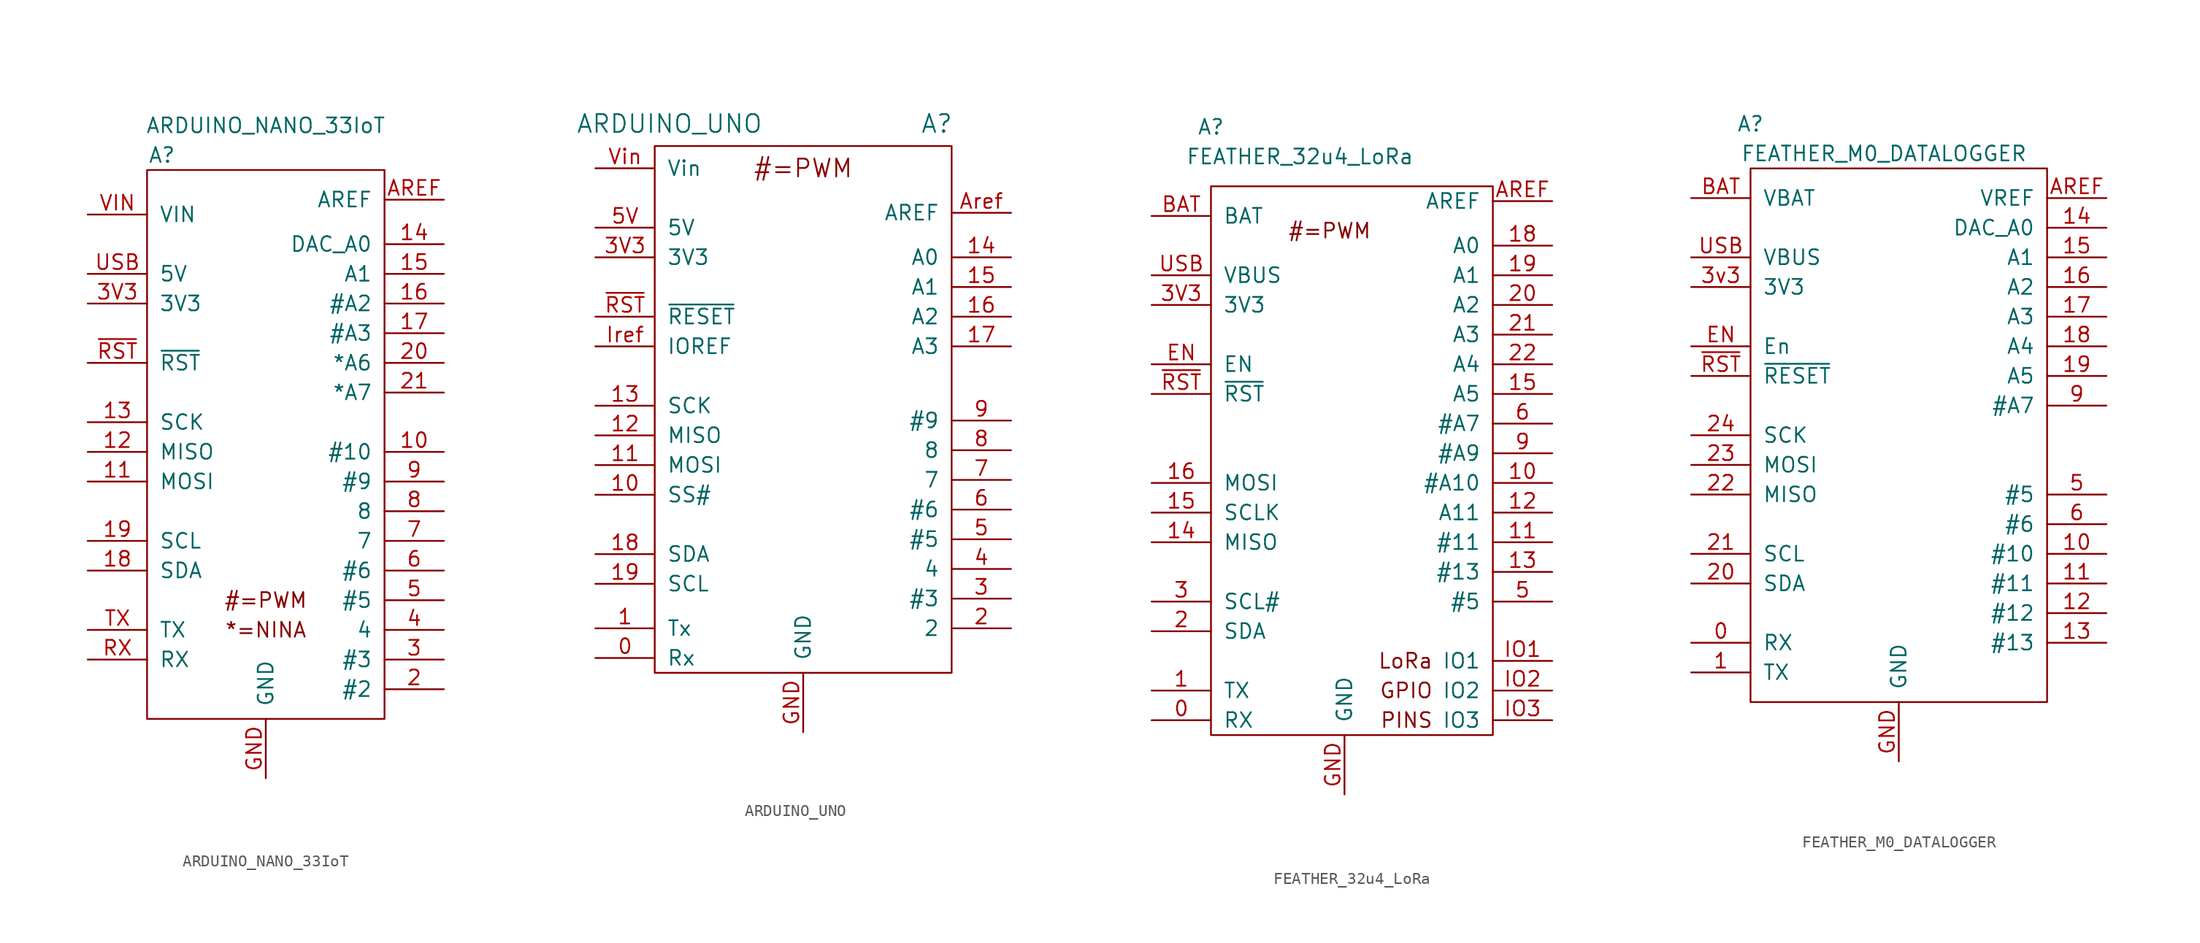
<source format=kicad_sym>
(kicad_symbol_lib
  (version 20211014)
  (generator kicad_symbol_editor)
  (symbol "ARDUINO_NANO_33IoT"
    (pin_names
      (offset 1.016))
    (property "Reference" "A"
      (at -8.89 22.86 0)
      (effects (font (size 1.27 1.27))))
    (property "Value" "ARDUINO_NANO_33IoT"
      (at 0 25.4 0)
      (effects (font (size 1.27 1.27))))
    (symbol "ARDUINO_NANO_33IoT_0_0"
      (rectangle (start -10.16 21.59) (end 10.16 -25.4) (stroke (width 0) (type default) (color 0 0 0 0)) (fill (type none)))
      (text "#=PWM" (at 0 -15.24 0) (effects (font (size 1.27 1.27))))
      (text "*=NINA" (at 0 -17.78 0) (effects (font (size 1.27 1.27)))))
    (symbol "ARDUINO_NANO_33IoT_1_1"
      (pin bidirectional line (at 15.24 -2.54 180) (length 5.08) (name "#10" (effects (font (size 1.27 1.27)))) (number "10" (effects (font (size 1.27 1.27)))))
      (pin bidirectional line (at -15.24 -5.08 0) (length 5.08) (name "MOSI" (effects (font (size 1.27 1.27)))) (number "11" (effects (font (size 1.27 1.27)))))
      (pin bidirectional line (at -15.24 -2.54 0) (length 5.08) (name "MISO" (effects (font (size 1.27 1.27)))) (number "12" (effects (font (size 1.27 1.27)))))
      (pin bidirectional line (at -15.24 0 0) (length 5.08) (name "SCK" (effects (font (size 1.27 1.27)))) (number "13" (effects (font (size 1.27 1.27)))))
      (pin bidirectional line (at 15.24 15.24 180) (length 5.08) (name "DAC_A0" (effects (font (size 1.27 1.27)))) (number "14" (effects (font (size 1.27 1.27)))))
      (pin bidirectional line (at 15.24 12.7 180) (length 5.08) (name "A1" (effects (font (size 1.27 1.27)))) (number "15" (effects (font (size 1.27 1.27)))))
      (pin bidirectional line (at 15.24 10.16 180) (length 5.08) (name "#A2" (effects (font (size 1.27 1.27)))) (number "16" (effects (font (size 1.27 1.27)))))
      (pin bidirectional line (at 15.24 7.62 180) (length 5.08) (name "#A3" (effects (font (size 1.27 1.27)))) (number "17" (effects (font (size 1.27 1.27)))))
      (pin bidirectional line (at -15.24 -12.7 0) (length 5.08) (name "SDA" (effects (font (size 1.27 1.27)))) (number "18" (effects (font (size 1.27 1.27)))))
      (pin bidirectional line (at -15.24 -10.16 0) (length 5.08) (name "SCL" (effects (font (size 1.27 1.27)))) (number "19" (effects (font (size 1.27 1.27)))))
      (pin bidirectional line (at 15.24 -22.86 180) (length 5.08) (name "#2" (effects (font (size 1.27 1.27)))) (number "2" (effects (font (size 1.27 1.27)))))
      (pin bidirectional line (at 15.24 5.08 180) (length 5.08) (name "*A6" (effects (font (size 1.27 1.27)))) (number "20" (effects (font (size 1.27 1.27)))))
      (pin bidirectional line (at 15.24 2.54 180) (length 5.08) (name "*A7" (effects (font (size 1.27 1.27)))) (number "21" (effects (font (size 1.27 1.27)))))
      (pin bidirectional line (at 15.24 -20.32 180) (length 5.08) (name "#3" (effects (font (size 1.27 1.27)))) (number "3" (effects (font (size 1.27 1.27)))))
      (pin power_out line (at -15.24 10.16 0) (length 5.08) (name "3V3" (effects (font (size 1.27 1.27)))) (number "3V3" (effects (font (size 1.27 1.27)))))
      (pin bidirectional line (at 15.24 -17.78 180) (length 5.08) (name "4" (effects (font (size 1.27 1.27)))) (number "4" (effects (font (size 1.27 1.27)))))
      (pin bidirectional line (at 15.24 -15.24 180) (length 5.08) (name "#5" (effects (font (size 1.27 1.27)))) (number "5" (effects (font (size 1.27 1.27)))))
      (pin bidirectional line (at 15.24 -12.7 180) (length 5.08) (name "#6" (effects (font (size 1.27 1.27)))) (number "6" (effects (font (size 1.27 1.27)))))
      (pin bidirectional line (at 15.24 -10.16 180) (length 5.08) (name "7" (effects (font (size 1.27 1.27)))) (number "7" (effects (font (size 1.27 1.27)))))
      (pin bidirectional line (at 15.24 -7.62 180) (length 5.08) (name "8" (effects (font (size 1.27 1.27)))) (number "8" (effects (font (size 1.27 1.27)))))
      (pin bidirectional line (at 15.24 -5.08 180) (length 5.08) (name "#9" (effects (font (size 1.27 1.27)))) (number "9" (effects (font (size 1.27 1.27)))))
      (pin input line (at 15.24 19.05 180) (length 5.08) (name "AREF" (effects (font (size 1.27 1.27)))) (number "AREF" (effects (font (size 1.27 1.27)))))
      (pin input line (at 0 -30.48 90) (length 5.08) (name "GND" (effects (font (size 1.27 1.27)))) (number "GND" (effects (font (size 1.27 1.27)))))
      (pin input line (at -15.24 -20.32 0) (length 5.08) (name "RX" (effects (font (size 1.27 1.27)))) (number "RX" (effects (font (size 1.27 1.27)))))
      (pin output line (at -15.24 -17.78 0) (length 5.08) (name "TX" (effects (font (size 1.27 1.27)))) (number "TX" (effects (font (size 1.27 1.27)))))
      (pin power_out line (at -15.24 12.7 0) (length 5.08) (name "5V" (effects (font (size 1.27 1.27)))) (number "USB" (effects (font (size 1.27 1.27)))))
      (pin power_in line (at -15.24 17.78 0) (length 5.08) (name "VIN" (effects (font (size 1.27 1.27)))) (number "VIN" (effects (font (size 1.27 1.27)))))
      (pin input line (at -15.24 5.08 0) (length 5.08) (name "~{RST}" (effects (font (size 1.27 1.27)))) (number "~{RST}" (effects (font (size 1.27 1.27)))))))
  (symbol "ARDUINO_UNO"
    (pin_names
      (offset 1.016))
    (property "Reference" "A"
      (at 10.16 21.59 0)
      (effects (font (size 1.524 1.524))))
    (property "Value" "ARDUINO_UNO"
      (at -12.7 21.59 0)
      (effects (font (size 1.524 1.524))))
    (property "Footprint" ""
      (at -8.255 9.525 0)
      (effects (font (size 1.524 1.524))))
    (property "Datasheet" ""
      (at -8.255 9.525 0)
      (effects (font (size 1.524 1.524))))
    (symbol "ARDUINO_UNO_0_0"
      (text "#=PWM" (at -1.27 17.78 0) (effects (font (size 1.524 1.524)))))
    (symbol "ARDUINO_UNO_1_0"
      (rectangle (start -13.97 -25.4) (end 11.43 19.685) (stroke (width 0) (type default) (color 0 0 0 0)) (fill (type none))))
    (symbol "ARDUINO_UNO_1_1"
      (pin bidirectional line (at -19.05 -24.13 0) (length 5.08) (name "Rx" (effects (font (size 1.27 1.27)))) (number "0" (effects (font (size 1.27 1.27)))))
      (pin bidirectional line (at -19.05 -21.59 0) (length 5.08) (name "Tx" (effects (font (size 1.27 1.27)))) (number "1" (effects (font (size 1.27 1.27)))))
      (pin bidirectional line (at -19.05 -10.16 0) (length 5.08) (name "SS#" (effects (font (size 1.27 1.27)))) (number "10" (effects (font (size 1.27 1.27)))))
      (pin bidirectional line (at -19.05 -7.62 0) (length 5.08) (name "MOSI" (effects (font (size 1.27 1.27)))) (number "11" (effects (font (size 1.27 1.27)))))
      (pin bidirectional line (at -19.05 -5.08 0) (length 5.08) (name "MISO" (effects (font (size 1.27 1.27)))) (number "12" (effects (font (size 1.27 1.27)))))
      (pin bidirectional line (at -19.05 -2.54 0) (length 5.08) (name "SCK" (effects (font (size 1.27 1.27)))) (number "13" (effects (font (size 1.27 1.27)))))
      (pin bidirectional line (at 16.51 10.16 180) (length 5.08) (name "A0" (effects (font (size 1.27 1.27)))) (number "14" (effects (font (size 1.27 1.27)))))
      (pin bidirectional line (at 16.51 7.62 180) (length 5.08) (name "A1" (effects (font (size 1.27 1.27)))) (number "15" (effects (font (size 1.27 1.27)))))
      (pin bidirectional line (at 16.51 5.08 180) (length 5.08) (name "A2" (effects (font (size 1.27 1.27)))) (number "16" (effects (font (size 1.27 1.27)))))
      (pin bidirectional line (at 16.51 2.54 180) (length 5.08) (name "A3" (effects (font (size 1.27 1.27)))) (number "17" (effects (font (size 1.27 1.27)))))
      (pin bidirectional line (at -19.05 -15.24 0) (length 5.08) (name "SDA" (effects (font (size 1.27 1.27)))) (number "18" (effects (font (size 1.27 1.27)))))
      (pin bidirectional line (at -19.05 -17.78 0) (length 5.08) (name "SCL" (effects (font (size 1.27 1.27)))) (number "19" (effects (font (size 1.27 1.27)))))
      (pin bidirectional line (at 16.51 -21.59 180) (length 5.08) (name "2" (effects (font (size 1.27 1.27)))) (number "2" (effects (font (size 1.27 1.27)))))
      (pin bidirectional line (at 16.51 -19.05 180) (length 5.08) (name "#3" (effects (font (size 1.27 1.27)))) (number "3" (effects (font (size 1.27 1.27)))))
      (pin power_out line (at -19.05 10.16 0) (length 5.08) (name "3V3" (effects (font (size 1.27 1.27)))) (number "3V3" (effects (font (size 1.27 1.27)))))
      (pin bidirectional line (at 16.51 -16.51 180) (length 5.08) (name "4" (effects (font (size 1.27 1.27)))) (number "4" (effects (font (size 1.27 1.27)))))
      (pin bidirectional line (at 16.51 -13.97 180) (length 5.08) (name "#5" (effects (font (size 1.27 1.27)))) (number "5" (effects (font (size 1.27 1.27)))))
      (pin power_out line (at -19.05 12.7 0) (length 5.08) (name "5V" (effects (font (size 1.27 1.27)))) (number "5V" (effects (font (size 1.27 1.27)))))
      (pin bidirectional line (at 16.51 -11.43 180) (length 5.08) (name "#6" (effects (font (size 1.27 1.27)))) (number "6" (effects (font (size 1.27 1.27)))))
      (pin bidirectional line (at 16.51 -8.89 180) (length 5.08) (name "7" (effects (font (size 1.27 1.27)))) (number "7" (effects (font (size 1.27 1.27)))))
      (pin bidirectional line (at 16.51 -6.35 180) (length 5.08) (name "8" (effects (font (size 1.27 1.27)))) (number "8" (effects (font (size 1.27 1.27)))))
      (pin bidirectional line (at 16.51 -3.81 180) (length 5.08) (name "#9" (effects (font (size 1.27 1.27)))) (number "9" (effects (font (size 1.27 1.27)))))
      (pin input line (at 16.51 13.97 180) (length 5.08) (name "AREF" (effects (font (size 1.27 1.27)))) (number "Aref" (effects (font (size 1.27 1.27)))))
      (pin power_in line (at -1.27 -30.48 90) (length 5.08) (name "GND" (effects (font (size 1.27 1.27)))) (number "GND" (effects (font (size 1.27 1.27)))))
      (pin input line (at -19.05 2.54 0) (length 5.08) (name "IOREF" (effects (font (size 1.27 1.27)))) (number "Iref" (effects (font (size 1.27 1.27)))))
      (pin power_in line (at -19.05 17.78 0) (length 5.08) (name "Vin" (effects (font (size 1.27 1.27)))) (number "Vin" (effects (font (size 1.27 1.27)))))
      (pin passive line (at -19.05 5.08 0) (length 5.08) (name "~{RESET}" (effects (font (size 1.27 1.27)))) (number "~{RST}" (effects (font (size 1.27 1.27)))))))
  (symbol "FEATHER_32u4_LoRa"
    (pin_names
      (offset 1.016))
    (property "Reference" "A"
      (at -12.7 26.67 0)
      (effects (font (size 1.27 1.27))))
    (property "Value" "FEATHER_32u4_LoRa"
      (at -5.08 24.13 0)
      (effects (font (size 1.27 1.27))))
    (symbol "FEATHER_32u4_LoRa_0_0"
      (rectangle (start -12.7 21.59) (end 11.43 -25.4) (stroke (width 0) (type default) (color 0 0 0 0)) (fill (type none)))
      (text "#=PWM" (at -2.54 17.78 0) (effects (font (size 1.27 1.27))))
      (text "GPIO" (at 6.35 -21.59 0) (effects (font (size 1.27 1.27)) (justify right)))
      (text "LoRa" (at 6.35 -19.05 0) (effects (font (size 1.27 1.27)) (justify right)))
      (text "PINS" (at 6.35 -24.13 0) (effects (font (size 1.27 1.27)) (justify right))))
    (symbol "FEATHER_32u4_LoRa_1_1"
      (pin input line (at -17.78 -24.13 0) (length 5.08) (name "RX" (effects (font (size 1.27 1.27)))) (number "0" (effects (font (size 1.27 1.27)))))
      (pin output line (at -17.78 -21.59 0) (length 5.08) (name "TX" (effects (font (size 1.27 1.27)))) (number "1" (effects (font (size 1.27 1.27)))))
      (pin bidirectional line (at 16.51 -3.81 180) (length 5.08) (name "#A10" (effects (font (size 1.27 1.27)))) (number "10" (effects (font (size 1.27 1.27)))))
      (pin bidirectional line (at 16.51 -8.89 180) (length 5.08) (name "#11" (effects (font (size 1.27 1.27)))) (number "11" (effects (font (size 1.27 1.27)))))
      (pin bidirectional line (at 16.51 -6.35 180) (length 5.08) (name "A11" (effects (font (size 1.27 1.27)))) (number "12" (effects (font (size 1.27 1.27)))))
      (pin bidirectional line (at 16.51 -11.43 180) (length 5.08) (name "#13" (effects (font (size 1.27 1.27)))) (number "13" (effects (font (size 1.27 1.27)))))
      (pin bidirectional line (at -17.78 -8.89 0) (length 5.08) (name "MISO" (effects (font (size 1.27 1.27)))) (number "14" (effects (font (size 1.27 1.27)))))
      (pin bidirectional line (at 16.51 3.81 180) (length 5.08) (name "A5" (effects (font (size 1.27 1.27)))) (number "15" (effects (font (size 1.27 1.27)))))
      (pin bidirectional line (at -17.78 -6.35 0) (length 5.08) (name "SCLK" (effects (font (size 1.27 1.27)))) (number "15" (effects (font (size 1.27 1.27)))))
      (pin bidirectional line (at -17.78 -3.81 0) (length 5.08) (name "MOSI" (effects (font (size 1.27 1.27)))) (number "16" (effects (font (size 1.27 1.27)))))
      (pin bidirectional line (at 16.51 16.51 180) (length 5.08) (name "A0" (effects (font (size 1.27 1.27)))) (number "18" (effects (font (size 1.27 1.27)))))
      (pin bidirectional line (at 16.51 13.97 180) (length 5.08) (name "A1" (effects (font (size 1.27 1.27)))) (number "19" (effects (font (size 1.27 1.27)))))
      (pin bidirectional line (at -17.78 -16.51 0) (length 5.08) (name "SDA" (effects (font (size 1.27 1.27)))) (number "2" (effects (font (size 1.27 1.27)))))
      (pin bidirectional line (at 16.51 11.43 180) (length 5.08) (name "A2" (effects (font (size 1.27 1.27)))) (number "20" (effects (font (size 1.27 1.27)))))
      (pin bidirectional line (at 16.51 8.89 180) (length 5.08) (name "A3" (effects (font (size 1.27 1.27)))) (number "21" (effects (font (size 1.27 1.27)))))
      (pin bidirectional line (at 16.51 6.35 180) (length 5.08) (name "A4" (effects (font (size 1.27 1.27)))) (number "22" (effects (font (size 1.27 1.27)))))
      (pin bidirectional line (at -17.78 -13.97 0) (length 5.08) (name "SCL#" (effects (font (size 1.27 1.27)))) (number "3" (effects (font (size 1.27 1.27)))))
      (pin power_out line (at -17.78 11.43 0) (length 5.08) (name "3V3" (effects (font (size 1.27 1.27)))) (number "3V3" (effects (font (size 1.27 1.27)))))
      (pin bidirectional line (at 16.51 -13.97 180) (length 5.08) (name "#5" (effects (font (size 1.27 1.27)))) (number "5" (effects (font (size 1.27 1.27)))))
      (pin bidirectional line (at 16.51 1.27 180) (length 5.08) (name "#A7" (effects (font (size 1.27 1.27)))) (number "6" (effects (font (size 1.27 1.27)))))
      (pin bidirectional line (at 16.51 -1.27 180) (length 5.08) (name "#A9" (effects (font (size 1.27 1.27)))) (number "9" (effects (font (size 1.27 1.27)))))
      (pin bidirectional line (at 16.51 20.32 180) (length 5.08) (name "AREF" (effects (font (size 1.27 1.27)))) (number "AREF" (effects (font (size 1.27 1.27)))))
      (pin power_in line (at -17.78 19.05 0) (length 5.08) (name "BAT" (effects (font (size 1.27 1.27)))) (number "BAT" (effects (font (size 1.27 1.27)))))
      (pin input line (at -17.78 6.35 0) (length 5.08) (name "EN" (effects (font (size 1.27 1.27)))) (number "EN" (effects (font (size 1.27 1.27)))))
      (pin power_in line (at -1.27 -30.48 90) (length 5.08) (name "GND" (effects (font (size 1.27 1.27)))) (number "GND" (effects (font (size 1.27 1.27)))))
      (pin bidirectional line (at 16.51 -19.05 180) (length 5.08) (name "IO1" (effects (font (size 1.27 1.27)))) (number "IO1" (effects (font (size 1.27 1.27)))))
      (pin bidirectional line (at 16.51 -21.59 180) (length 5.08) (name "IO2" (effects (font (size 1.27 1.27)))) (number "IO2" (effects (font (size 1.27 1.27)))))
      (pin bidirectional line (at 16.51 -24.13 180) (length 5.08) (name "IO3" (effects (font (size 1.27 1.27)))) (number "IO3" (effects (font (size 1.27 1.27)))))
      (pin power_out line (at -17.78 13.97 0) (length 5.08) (name "VBUS" (effects (font (size 1.27 1.27)))) (number "USB" (effects (font (size 1.27 1.27)))))
      (pin input line (at -17.78 3.81 0) (length 5.08) (name "~{RST}" (effects (font (size 1.27 1.27)))) (number "~{RST}" (effects (font (size 1.27 1.27)))))))
  (symbol "FEATHER_M0_DATALOGGER"
    (pin_names
      (offset 1.016))
    (property "Reference" "A"
      (at -12.7 26.67 0)
      (effects (font (size 1.27 1.27))))
    (property "Value" "FEATHER_M0_DATALOGGER"
      (at -1.27 24.13 0)
      (effects (font (size 1.27 1.27))))
    (symbol "FEATHER_M0_DATALOGGER_0_1"
      (rectangle (start -12.7 22.86) (end 12.7 -22.86) (stroke (width 0) (type default) (color 0 0 0 0)) (fill (type none))))
    (symbol "FEATHER_M0_DATALOGGER_1_1"
      (pin input line (at -17.78 -17.78 0) (length 5.08) (name "RX" (effects (font (size 1.27 1.27)))) (number "0" (effects (font (size 1.27 1.27)))))
      (pin input line (at -17.78 -20.32 0) (length 5.08) (name "TX" (effects (font (size 1.27 1.27)))) (number "1" (effects (font (size 1.27 1.27)))))
      (pin bidirectional line (at 17.78 -10.16 180) (length 5.08) (name "#10" (effects (font (size 1.27 1.27)))) (number "10" (effects (font (size 1.27 1.27)))))
      (pin bidirectional line (at 17.78 -12.7 180) (length 5.08) (name "#11" (effects (font (size 1.27 1.27)))) (number "11" (effects (font (size 1.27 1.27)))))
      (pin bidirectional line (at 17.78 -15.24 180) (length 5.08) (name "#12" (effects (font (size 1.27 1.27)))) (number "12" (effects (font (size 1.27 1.27)))))
      (pin bidirectional line (at 17.78 -17.78 180) (length 5.08) (name "#13" (effects (font (size 1.27 1.27)))) (number "13" (effects (font (size 1.27 1.27)))))
      (pin bidirectional line (at 17.78 17.78 180) (length 5.08) (name "DAC_A0" (effects (font (size 1.27 1.27)))) (number "14" (effects (font (size 1.27 1.27)))))
      (pin bidirectional line (at 17.78 15.24 180) (length 5.08) (name "A1" (effects (font (size 1.27 1.27)))) (number "15" (effects (font (size 1.27 1.27)))))
      (pin bidirectional line (at 17.78 12.7 180) (length 5.08) (name "A2" (effects (font (size 1.27 1.27)))) (number "16" (effects (font (size 1.27 1.27)))))
      (pin bidirectional line (at 17.78 10.16 180) (length 5.08) (name "A3" (effects (font (size 1.27 1.27)))) (number "17" (effects (font (size 1.27 1.27)))))
      (pin bidirectional line (at 17.78 7.62 180) (length 5.08) (name "A4" (effects (font (size 1.27 1.27)))) (number "18" (effects (font (size 1.27 1.27)))))
      (pin bidirectional line (at 17.78 5.08 180) (length 5.08) (name "A5" (effects (font (size 1.27 1.27)))) (number "19" (effects (font (size 1.27 1.27)))))
      (pin bidirectional line (at -17.78 -12.7 0) (length 5.08) (name "SDA" (effects (font (size 1.27 1.27)))) (number "20" (effects (font (size 1.27 1.27)))))
      (pin bidirectional line (at -17.78 -10.16 0) (length 5.08) (name "SCL" (effects (font (size 1.27 1.27)))) (number "21" (effects (font (size 1.27 1.27)))))
      (pin input line (at -17.78 -5.08 0) (length 5.08) (name "MISO" (effects (font (size 1.27 1.27)))) (number "22" (effects (font (size 1.27 1.27)))))
      (pin output line (at -17.78 -2.54 0) (length 5.08) (name "MOSI" (effects (font (size 1.27 1.27)))) (number "23" (effects (font (size 1.27 1.27)))))
      (pin output line (at -17.78 0 0) (length 5.08) (name "SCK" (effects (font (size 1.27 1.27)))) (number "24" (effects (font (size 1.27 1.27)))))
      (pin power_out line (at -17.78 12.7 0) (length 5.08) (name "3V3" (effects (font (size 1.27 1.27)))) (number "3v3" (effects (font (size 1.27 1.27)))))
      (pin bidirectional line (at 17.78 -5.08 180) (length 5.08) (name "#5" (effects (font (size 1.27 1.27)))) (number "5" (effects (font (size 1.27 1.27)))))
      (pin bidirectional line (at 17.78 -7.62 180) (length 5.08) (name "#6" (effects (font (size 1.27 1.27)))) (number "6" (effects (font (size 1.27 1.27)))))
      (pin bidirectional line (at 17.78 2.54 180) (length 5.08) (name "#A7" (effects (font (size 1.27 1.27)))) (number "9" (effects (font (size 1.27 1.27)))))
      (pin input line (at 17.78 20.32 180) (length 5.08) (name "VREF" (effects (font (size 1.27 1.27)))) (number "AREF" (effects (font (size 1.27 1.27)))))
      (pin power_in line (at -17.78 20.32 0) (length 5.08) (name "VBAT" (effects (font (size 1.27 1.27)))) (number "BAT" (effects (font (size 1.27 1.27)))))
      (pin input line (at -17.78 7.62 0) (length 5.08) (name "En" (effects (font (size 1.27 1.27)))) (number "EN" (effects (font (size 1.27 1.27)))))
      (pin passive line (at 0 -27.94 90) (length 5.08) (name "GND" (effects (font (size 1.27 1.27)))) (number "GND" (effects (font (size 1.27 1.27)))))
      (pin power_out line (at -17.78 15.24 0) (length 5.08) (name "VBUS" (effects (font (size 1.27 1.27)))) (number "USB" (effects (font (size 1.27 1.27)))))
      (pin passive line (at -17.78 5.08 0) (length 5.08) (name "~{RESET}" (effects (font (size 1.27 1.27)))) (number "~{RST}" (effects (font (size 1.27 1.27))))))))
</source>
